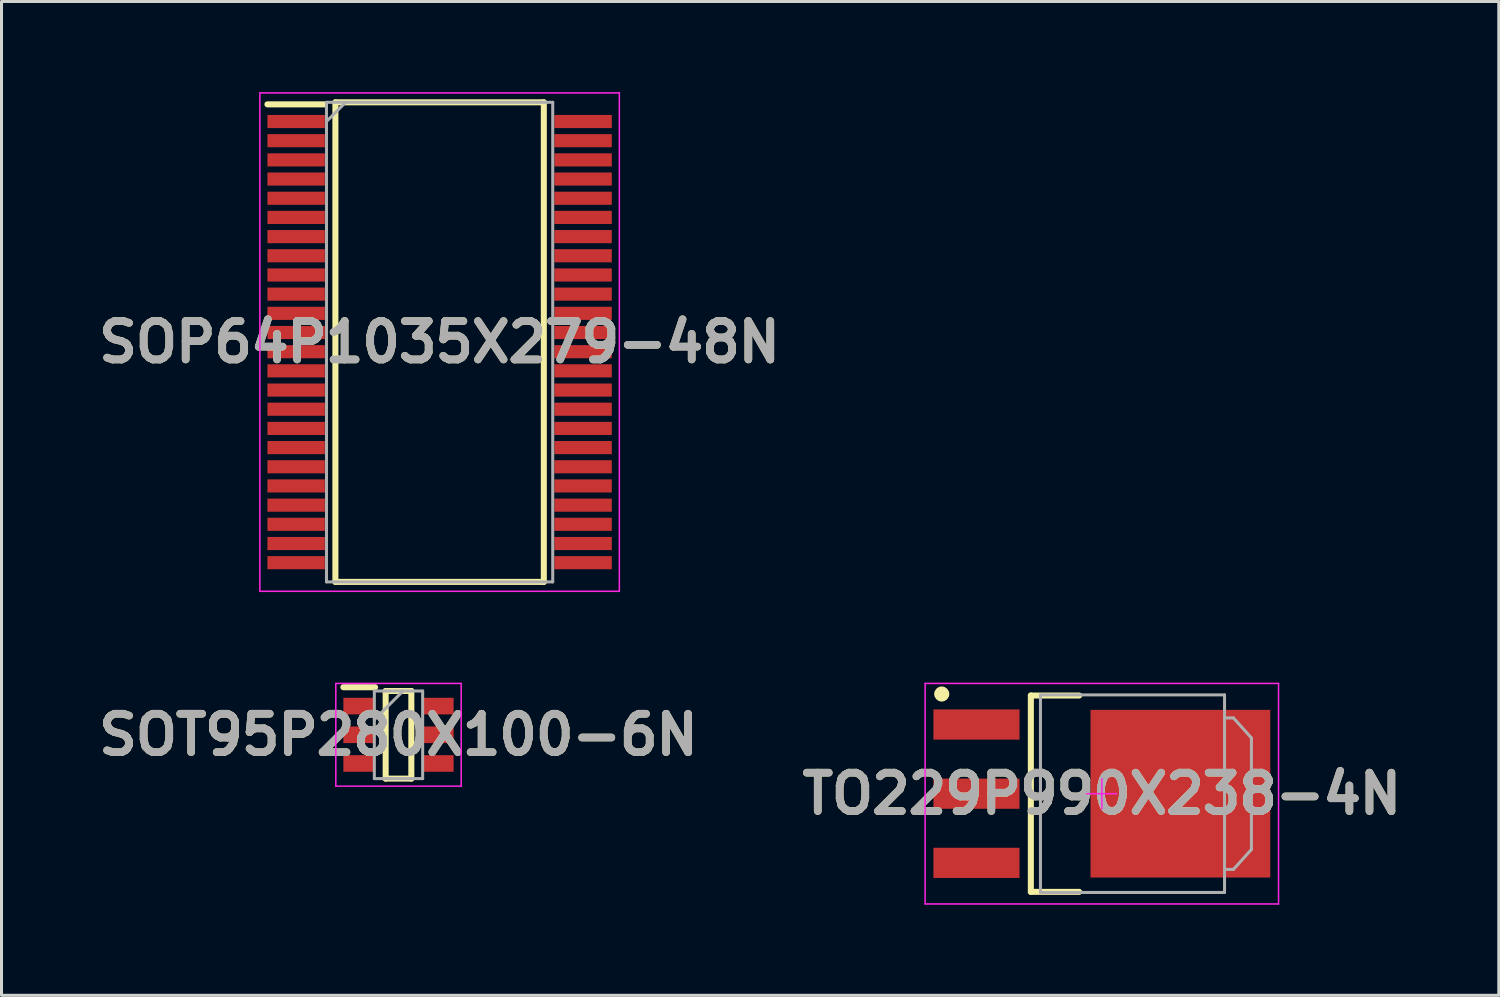
<source format=kicad_pcb>
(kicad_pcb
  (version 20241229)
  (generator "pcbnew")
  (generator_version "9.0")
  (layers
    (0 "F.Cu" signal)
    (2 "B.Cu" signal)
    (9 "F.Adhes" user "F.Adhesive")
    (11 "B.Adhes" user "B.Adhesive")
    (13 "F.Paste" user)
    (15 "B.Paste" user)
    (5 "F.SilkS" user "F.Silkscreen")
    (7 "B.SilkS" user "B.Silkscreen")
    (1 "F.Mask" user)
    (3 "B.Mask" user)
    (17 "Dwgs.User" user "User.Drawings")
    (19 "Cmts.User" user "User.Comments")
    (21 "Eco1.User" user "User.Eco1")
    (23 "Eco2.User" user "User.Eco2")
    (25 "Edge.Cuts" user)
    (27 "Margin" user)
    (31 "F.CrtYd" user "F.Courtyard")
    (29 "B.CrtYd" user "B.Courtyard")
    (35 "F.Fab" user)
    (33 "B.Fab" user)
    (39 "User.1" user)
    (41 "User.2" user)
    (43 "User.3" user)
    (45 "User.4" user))
  (footprint "SOP64P1035X279-48N"
    (layer "F.Cu")
    (at 11.503 8.275)
    (property "Reference" "SOP64P1035X279-48N" (at 0 0 0) (layer "F.SilkS") (effects (font (size 1.27 1.27) (thickness 0.254))))
    (attr smd)
    (fp_line (start -5.7 -7.87) (end -3.8 -7.87) (stroke (width 0.2) (type solid)) (layer "F.SilkS"))
    (fp_line (start -3.45 -7.938) (end 3.45 -7.938) (stroke (width 0.2) (type solid)) (layer "F.SilkS"))
    (fp_line (start -3.45 7.938) (end -3.45 -7.938) (stroke (width 0.2) (type solid)) (layer "F.SilkS"))
    (fp_line (start 3.45 -7.938) (end 3.45 7.938) (stroke (width 0.2) (type solid)) (layer "F.SilkS"))
    (fp_line (start 3.45 7.938) (end -3.45 7.938) (stroke (width 0.2) (type solid)) (layer "F.SilkS"))
    (fp_line (start -5.95 -8.25) (end 5.95 -8.25) (stroke (width 0.05) (type solid)) (layer "F.CrtYd"))
    (fp_line (start -5.95 8.25) (end -5.95 -8.25) (stroke (width 0.05) (type solid)) (layer "F.CrtYd"))
    (fp_line (start 5.95 -8.25) (end 5.95 8.25) (stroke (width 0.05) (type solid)) (layer "F.CrtYd"))
    (fp_line (start 5.95 8.25) (end -5.95 8.25) (stroke (width 0.05) (type solid)) (layer "F.CrtYd"))
    (fp_line (start -3.745 -7.938) (end 3.745 -7.938) (stroke (width 0.1) (type solid)) (layer "F.Fab"))
    (fp_line (start -3.745 -7.302) (end -3.11 -7.938) (stroke (width 0.1) (type solid)) (layer "F.Fab"))
    (fp_line (start -3.745 7.938) (end -3.745 -7.938) (stroke (width 0.1) (type solid)) (layer "F.Fab"))
    (fp_line (start 3.745 -7.938) (end 3.745 7.938) (stroke (width 0.1) (type solid)) (layer "F.Fab"))
    (fp_line (start 3.745 7.938) (end -3.745 7.938) (stroke (width 0.1) (type solid)) (layer "F.Fab"))
    (fp_text user "${REFERENCE}" (at 0 0 0) (layer "F.Fab") (effects (font (size 1.27 1.27) (thickness 0.254))))
    (pad "1" smd rect (at -4.75 -7.302 90) (size 0.435 1.9) (layers "F.Cu" "F.Mask" "F.Paste"))
    (pad "2" smd rect (at -4.75 -6.668 90) (size 0.435 1.9) (layers "F.Cu" "F.Mask" "F.Paste"))
    (pad "3" smd rect (at -4.75 -6.032 90) (size 0.435 1.9) (layers "F.Cu" "F.Mask" "F.Paste"))
    (pad "4" smd rect (at -4.75 -5.398 90) (size 0.435 1.9) (layers "F.Cu" "F.Mask" "F.Paste"))
    (pad "5" smd rect (at -4.75 -4.762 90) (size 0.435 1.9) (layers "F.Cu" "F.Mask" "F.Paste"))
    (pad "6" smd rect (at -4.75 -4.128 90) (size 0.435 1.9) (layers "F.Cu" "F.Mask" "F.Paste"))
    (pad "7" smd rect (at -4.75 -3.492 90) (size 0.435 1.9) (layers "F.Cu" "F.Mask" "F.Paste"))
    (pad "8" smd rect (at -4.75 -2.858 90) (size 0.435 1.9) (layers "F.Cu" "F.Mask" "F.Paste"))
    (pad "9" smd rect (at -4.75 -2.222 90) (size 0.435 1.9) (layers "F.Cu" "F.Mask" "F.Paste"))
    (pad "10" smd rect (at -4.75 -1.588 90) (size 0.435 1.9) (layers "F.Cu" "F.Mask" "F.Paste"))
    (pad "11" smd rect (at -4.75 -0.952 90) (size 0.435 1.9) (layers "F.Cu" "F.Mask" "F.Paste"))
    (pad "12" smd rect (at -4.75 -0.318 90) (size 0.435 1.9) (layers "F.Cu" "F.Mask" "F.Paste"))
    (pad "13" smd rect (at -4.75 0.318 90) (size 0.435 1.9) (layers "F.Cu" "F.Mask" "F.Paste"))
    (pad "14" smd rect (at -4.75 0.952 90) (size 0.435 1.9) (layers "F.Cu" "F.Mask" "F.Paste"))
    (pad "15" smd rect (at -4.75 1.588 90) (size 0.435 1.9) (layers "F.Cu" "F.Mask" "F.Paste"))
    (pad "16" smd rect (at -4.75 2.222 90) (size 0.435 1.9) (layers "F.Cu" "F.Mask" "F.Paste"))
    (pad "17" smd rect (at -4.75 2.858 90) (size 0.435 1.9) (layers "F.Cu" "F.Mask" "F.Paste"))
    (pad "18" smd rect (at -4.75 3.492 90) (size 0.435 1.9) (layers "F.Cu" "F.Mask" "F.Paste"))
    (pad "19" smd rect (at -4.75 4.128 90) (size 0.435 1.9) (layers "F.Cu" "F.Mask" "F.Paste"))
    (pad "20" smd rect (at -4.75 4.762 90) (size 0.435 1.9) (layers "F.Cu" "F.Mask" "F.Paste"))
    (pad "21" smd rect (at -4.75 5.398 90) (size 0.435 1.9) (layers "F.Cu" "F.Mask" "F.Paste"))
    (pad "22" smd rect (at -4.75 6.032 90) (size 0.435 1.9) (layers "F.Cu" "F.Mask" "F.Paste"))
    (pad "23" smd rect (at -4.75 6.668 90) (size 0.435 1.9) (layers "F.Cu" "F.Mask" "F.Paste"))
    (pad "24" smd rect (at -4.75 7.302 90) (size 0.435 1.9) (layers "F.Cu" "F.Mask" "F.Paste"))
    (pad "25" smd rect (at 4.75 7.302 90) (size 0.435 1.9) (layers "F.Cu" "F.Mask" "F.Paste"))
    (pad "26" smd rect (at 4.75 6.668 90) (size 0.435 1.9) (layers "F.Cu" "F.Mask" "F.Paste"))
    (pad "27" smd rect (at 4.75 6.032 90) (size 0.435 1.9) (layers "F.Cu" "F.Mask" "F.Paste"))
    (pad "28" smd rect (at 4.75 5.398 90) (size 0.435 1.9) (layers "F.Cu" "F.Mask" "F.Paste"))
    (pad "29" smd rect (at 4.75 4.762 90) (size 0.435 1.9) (layers "F.Cu" "F.Mask" "F.Paste"))
    (pad "30" smd rect (at 4.75 4.128 90) (size 0.435 1.9) (layers "F.Cu" "F.Mask" "F.Paste"))
    (pad "31" smd rect (at 4.75 3.492 90) (size 0.435 1.9) (layers "F.Cu" "F.Mask" "F.Paste"))
    (pad "32" smd rect (at 4.75 2.858 90) (size 0.435 1.9) (layers "F.Cu" "F.Mask" "F.Paste"))
    (pad "33" smd rect (at 4.75 2.222 90) (size 0.435 1.9) (layers "F.Cu" "F.Mask" "F.Paste"))
    (pad "34" smd rect (at 4.75 1.588 90) (size 0.435 1.9) (layers "F.Cu" "F.Mask" "F.Paste"))
    (pad "35" smd rect (at 4.75 0.952 90) (size 0.435 1.9) (layers "F.Cu" "F.Mask" "F.Paste"))
    (pad "36" smd rect (at 4.75 0.318 90) (size 0.435 1.9) (layers "F.Cu" "F.Mask" "F.Paste"))
    (pad "37" smd rect (at 4.75 -0.318 90) (size 0.435 1.9) (layers "F.Cu" "F.Mask" "F.Paste"))
    (pad "38" smd rect (at 4.75 -0.952 90) (size 0.435 1.9) (layers "F.Cu" "F.Mask" "F.Paste"))
    (pad "39" smd rect (at 4.75 -1.588 90) (size 0.435 1.9) (layers "F.Cu" "F.Mask" "F.Paste"))
    (pad "40" smd rect (at 4.75 -2.222 90) (size 0.435 1.9) (layers "F.Cu" "F.Mask" "F.Paste"))
    (pad "41" smd rect (at 4.75 -2.858 90) (size 0.435 1.9) (layers "F.Cu" "F.Mask" "F.Paste"))
    (pad "42" smd rect (at 4.75 -3.492 90) (size 0.435 1.9) (layers "F.Cu" "F.Mask" "F.Paste"))
    (pad "43" smd rect (at 4.75 -4.128 90) (size 0.435 1.9) (layers "F.Cu" "F.Mask" "F.Paste"))
    (pad "44" smd rect (at 4.75 -4.762 90) (size 0.435 1.9) (layers "F.Cu" "F.Mask" "F.Paste"))
    (pad "45" smd rect (at 4.75 -5.398 90) (size 0.435 1.9) (layers "F.Cu" "F.Mask" "F.Paste"))
    (pad "46" smd rect (at 4.75 -6.032 90) (size 0.435 1.9) (layers "F.Cu" "F.Mask" "F.Paste"))
    (pad "47" smd rect (at 4.75 -6.668 90) (size 0.435 1.9) (layers "F.Cu" "F.Mask" "F.Paste"))
    (pad "48" smd rect (at 4.75 -7.302 90) (size 0.435 1.9) (layers "F.Cu" "F.Mask" "F.Paste")))
  (footprint "SOT95P280X100-6N"
    (layer "F.Cu")
    (at 10.142 21.275)
    (property "Reference" "SOT95P280X100-6N" (at 0 0 0) (layer "F.SilkS") (effects (font (size 1.27 1.27) (thickness 0.254))))
    (attr smd)
    (fp_line (start -1.825 -1.575) (end -0.775 -1.575) (stroke (width 0.2) (type solid)) (layer "F.SilkS"))
    (fp_line (start -0.425 -1.45) (end 0.425 -1.45) (stroke (width 0.2) (type solid)) (layer "F.SilkS"))
    (fp_line (start -0.425 1.45) (end -0.425 -1.45) (stroke (width 0.2) (type solid)) (layer "F.SilkS"))
    (fp_line (start 0.425 -1.45) (end 0.425 1.45) (stroke (width 0.2) (type solid)) (layer "F.SilkS"))
    (fp_line (start 0.425 1.45) (end -0.425 1.45) (stroke (width 0.2) (type solid)) (layer "F.SilkS"))
    (fp_line (start -2.075 -1.7) (end 2.075 -1.7) (stroke (width 0.05) (type solid)) (layer "F.CrtYd"))
    (fp_line (start -2.075 1.7) (end -2.075 -1.7) (stroke (width 0.05) (type solid)) (layer "F.CrtYd"))
    (fp_line (start 2.075 -1.7) (end 2.075 1.7) (stroke (width 0.05) (type solid)) (layer "F.CrtYd"))
    (fp_line (start 2.075 1.7) (end -2.075 1.7) (stroke (width 0.05) (type solid)) (layer "F.CrtYd"))
    (fp_line (start -0.8 -1.45) (end 0.8 -1.45) (stroke (width 0.1) (type solid)) (layer "F.Fab"))
    (fp_line (start -0.8 -0.5) (end 0.15 -1.45) (stroke (width 0.1) (type solid)) (layer "F.Fab"))
    (fp_line (start -0.8 1.45) (end -0.8 -1.45) (stroke (width 0.1) (type solid)) (layer "F.Fab"))
    (fp_line (start 0.8 -1.45) (end 0.8 1.45) (stroke (width 0.1) (type solid)) (layer "F.Fab"))
    (fp_line (start 0.8 1.45) (end -0.8 1.45) (stroke (width 0.1) (type solid)) (layer "F.Fab"))
    (fp_text user "${REFERENCE}" (at 0 0 0) (layer "F.Fab") (effects (font (size 1.27 1.27) (thickness 0.254))))
    (pad "1" smd rect (at -1.3 -0.95 90) (size 0.55 1.05) (layers "F.Cu" "F.Mask" "F.Paste"))
    (pad "2" smd rect (at -1.3 0 90) (size 0.55 1.05) (layers "F.Cu" "F.Mask" "F.Paste"))
    (pad "3" smd rect (at -1.3 0.95 90) (size 0.55 1.05) (layers "F.Cu" "F.Mask" "F.Paste"))
    (pad "4" smd rect (at 1.3 0.95 90) (size 0.55 1.05) (layers "F.Cu" "F.Mask" "F.Paste"))
    (pad "5" smd rect (at 1.3 0 90) (size 0.55 1.05) (layers "F.Cu" "F.Mask" "F.Paste"))
    (pad "6" smd rect (at 1.3 -0.95 90) (size 0.55 1.05) (layers "F.Cu" "F.Mask" "F.Paste")))
  (footprint "TO229P990X238-4N"
    (layer "F.Cu")
    (at 33.426 23.225)
    (property "Reference" "TO229P990X238-4N" (at 0 0 0) (layer "F.SilkS") (effects (font (size 1.27 1.27) (thickness 0.254))))
    (attr smd)
    (fp_line (start -2.35 -3.25) (end -0.75 -3.25) (stroke (width 0.2) (type solid)) (layer "F.SilkS"))
    (fp_line (start -2.35 3.25) (end -2.35 -3.25) (stroke (width 0.2) (type solid)) (layer "F.SilkS"))
    (fp_line (start -0.75 3.25) (end -2.35 3.25) (stroke (width 0.2) (type solid)) (layer "F.SilkS"))
    (fp_circle (center -5.3 -3.3) (end -5.3 -3.175) (stroke (width 0.25) (type solid)) (fill no) (layer "F.SilkS"))
    (fp_line (start -5.85 -3.65) (end -5.85 3.65) (stroke (width 0.05) (type solid)) (layer "F.CrtYd"))
    (fp_line (start -5.85 3.65) (end 5.85 3.65) (stroke (width 0.05) (type solid)) (layer "F.CrtYd"))
    (fp_line (start -2.095 -3.365) (end -2.095 3.365) (stroke (width 0.001) (type solid)) (layer "F.CrtYd"))
    (fp_line (start -2.095 3.365) (end 4.125 3.365) (stroke (width 0.001) (type solid)) (layer "F.CrtYd"))
    (fp_line (start -0.5 0) (end 0.5 0) (stroke (width 0.05) (type solid)) (layer "F.CrtYd"))
    (fp_line (start 0 0.5) (end 0 -0.5) (stroke (width 0.05) (type solid)) (layer "F.CrtYd"))
    (fp_line (start 4.125 -3.365) (end -2.095 -3.365) (stroke (width 0.001) (type solid)) (layer "F.CrtYd"))
    (fp_line (start 4.125 3.365) (end 4.125 -3.365) (stroke (width 0.001) (type solid)) (layer "F.CrtYd"))
    (fp_line (start 5.85 -3.65) (end -5.85 -3.65) (stroke (width 0.05) (type solid)) (layer "F.CrtYd"))
    (fp_line (start 5.85 3.65) (end 5.85 -3.65) (stroke (width 0.05) (type solid)) (layer "F.CrtYd"))
    (fp_line (start -2.032 -3.27) (end -2.032 3.27) (stroke (width 0.1) (type solid)) (layer "F.Fab"))
    (fp_line (start -2.032 3.27) (end 4.062 3.27) (stroke (width 0.1) (type solid)) (layer "F.Fab"))
    (fp_line (start 4.062 -3.27) (end -2.032 -3.27) (stroke (width 0.1) (type solid)) (layer "F.Fab"))
    (fp_line (start 4.062 2.508) (end 4.356 2.508) (stroke (width 0.1) (type solid)) (layer "F.Fab"))
    (fp_line (start 4.062 3.27) (end 4.062 -3.27) (stroke (width 0.1) (type solid)) (layer "F.Fab"))
    (fp_line (start 4.356 -2.508) (end 4.062 -2.508) (stroke (width 0.1) (type solid)) (layer "F.Fab"))
    (fp_line (start 4.356 2.508) (end 4.952 1.846) (stroke (width 0.1) (type solid)) (layer "F.Fab"))
    (fp_line (start 4.952 -1.847) (end 4.356 -2.508) (stroke (width 0.1) (type solid)) (layer "F.Fab"))
    (fp_line (start 4.952 1.846) (end 4.952 -1.847) (stroke (width 0.1) (type solid)) (layer "F.Fab"))
    (fp_text user "${REFERENCE}" (at 0 0 0) (layer "F.Fab") (effects (font (size 1.27 1.27) (thickness 0.254))))
    (pad "1" smd rect (at -4.15 -2.29 90) (size 1 2.85) (layers "F.Cu" "F.Mask" "F.Paste"))
    (pad "2" smd rect (at -4.15 0 90) (size 1 2.85) (layers "F.Cu" "F.Mask" "F.Paste"))
    (pad "3" smd rect (at -4.15 2.29 90) (size 1 2.85) (layers "F.Cu" "F.Mask" "F.Paste"))
    (pad "4" smd rect (at 2.6 0 90) (size 5.55 5.95) (layers "F.Cu" "F.Mask" "F.Paste")))
  (gr_rect
    (start -3 -3)
    (end 46.567 29.9)
    (stroke (width 0.1) (type default))
    (fill no)
    (layer "Edge.Cuts")))
</source>
